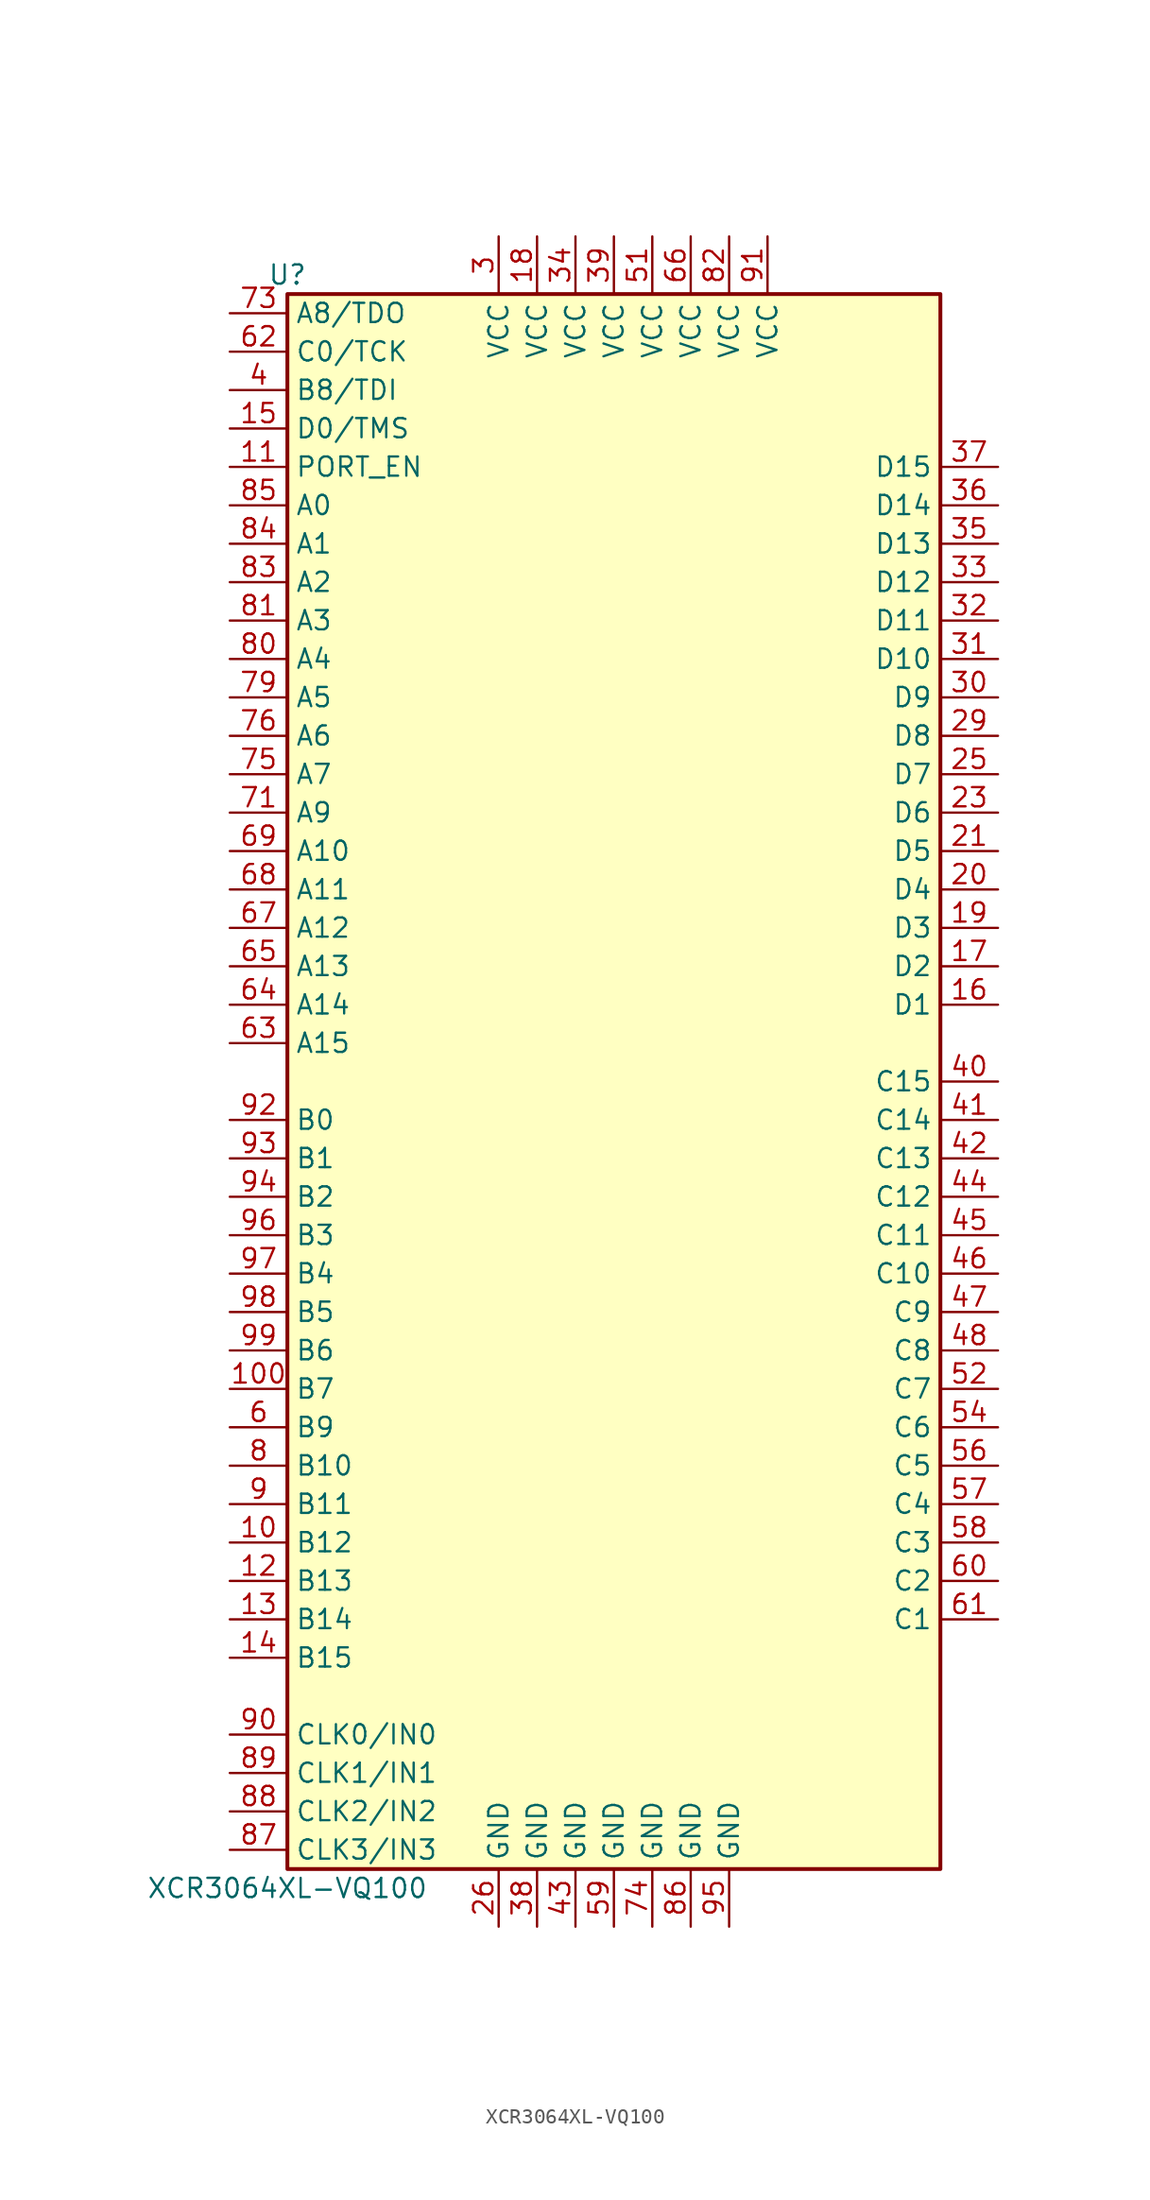
<source format=kicad_sym>
(kicad_symbol_lib
  (version 20201005)
  (generator kicad_symbol_editor)
  (symbol "XCR3064XL-VQ100"
    (property "Reference" "U"
      (at -21.59 53.34 0)
      (effects (font (size 1.27 1.27))))
    (property "Value" "XCR3064XL-VQ100"
      (at -21.59 -53.34 0)
      (effects (font (size 1.27 1.27))))
    (symbol "XCR3064XL-VQ100_1_1"
      (rectangle (start -21.59 52.07) (end 21.59 -52.07) (stroke (width 0.254)) (fill (type background)))
      (pin passive line (at -25.4 -30.48 0) (length 3.81) (name "B12" (effects (font (size 1.27 1.27)))) (number "10" (effects (font (size 1.27 1.27)))))
      (pin passive line (at -25.4 -20.32 0) (length 3.81) (name "B7" (effects (font (size 1.27 1.27)))) (number "100" (effects (font (size 1.27 1.27)))))
      (pin passive line (at -25.4 40.64 0) (length 3.81) (name "PORT_EN" (effects (font (size 1.27 1.27)))) (number "11" (effects (font (size 1.27 1.27)))))
      (pin passive line (at -25.4 -33.02 0) (length 3.81) (name "B13" (effects (font (size 1.27 1.27)))) (number "12" (effects (font (size 1.27 1.27)))))
      (pin passive line (at -25.4 -35.56 0) (length 3.81) (name "B14" (effects (font (size 1.27 1.27)))) (number "13" (effects (font (size 1.27 1.27)))))
      (pin passive line (at -25.4 -38.1 0) (length 3.81) (name "B15" (effects (font (size 1.27 1.27)))) (number "14" (effects (font (size 1.27 1.27)))))
      (pin passive line (at -25.4 43.18 0) (length 3.81) (name "D0/TMS" (effects (font (size 1.27 1.27)))) (number "15" (effects (font (size 1.27 1.27)))))
      (pin passive line (at 25.4 5.08 180) (length 3.81) (name "D1" (effects (font (size 1.27 1.27)))) (number "16" (effects (font (size 1.27 1.27)))))
      (pin passive line (at 25.4 7.62 180) (length 3.81) (name "D2" (effects (font (size 1.27 1.27)))) (number "17" (effects (font (size 1.27 1.27)))))
      (pin power_in line (at -5.08 55.88 270) (length 3.81) (name "VCC" (effects (font (size 1.27 1.27)))) (number "18" (effects (font (size 1.27 1.27)))))
      (pin passive line (at 25.4 10.16 180) (length 3.81) (name "D3" (effects (font (size 1.27 1.27)))) (number "19" (effects (font (size 1.27 1.27)))))
      (pin passive line (at 25.4 12.7 180) (length 3.81) (name "D4" (effects (font (size 1.27 1.27)))) (number "20" (effects (font (size 1.27 1.27)))))
      (pin passive line (at 25.4 15.24 180) (length 3.81) (name "D5" (effects (font (size 1.27 1.27)))) (number "21" (effects (font (size 1.27 1.27)))))
      (pin passive line (at 25.4 17.78 180) (length 3.81) (name "D6" (effects (font (size 1.27 1.27)))) (number "23" (effects (font (size 1.27 1.27)))))
      (pin passive line (at 25.4 20.32 180) (length 3.81) (name "D7" (effects (font (size 1.27 1.27)))) (number "25" (effects (font (size 1.27 1.27)))))
      (pin power_in line (at -7.62 -55.88 90) (length 3.81) (name "GND" (effects (font (size 1.27 1.27)))) (number "26" (effects (font (size 1.27 1.27)))))
      (pin passive line (at 25.4 22.86 180) (length 3.81) (name "D8" (effects (font (size 1.27 1.27)))) (number "29" (effects (font (size 1.27 1.27)))))
      (pin power_in line (at -7.62 55.88 270) (length 3.81) (name "VCC" (effects (font (size 1.27 1.27)))) (number "3" (effects (font (size 1.27 1.27)))))
      (pin passive line (at 25.4 25.4 180) (length 3.81) (name "D9" (effects (font (size 1.27 1.27)))) (number "30" (effects (font (size 1.27 1.27)))))
      (pin passive line (at 25.4 27.94 180) (length 3.81) (name "D10" (effects (font (size 1.27 1.27)))) (number "31" (effects (font (size 1.27 1.27)))))
      (pin passive line (at 25.4 30.48 180) (length 3.81) (name "D11" (effects (font (size 1.27 1.27)))) (number "32" (effects (font (size 1.27 1.27)))))
      (pin passive line (at 25.4 33.02 180) (length 3.81) (name "D12" (effects (font (size 1.27 1.27)))) (number "33" (effects (font (size 1.27 1.27)))))
      (pin power_in line (at -2.54 55.88 270) (length 3.81) (name "VCC" (effects (font (size 1.27 1.27)))) (number "34" (effects (font (size 1.27 1.27)))))
      (pin passive line (at 25.4 35.56 180) (length 3.81) (name "D13" (effects (font (size 1.27 1.27)))) (number "35" (effects (font (size 1.27 1.27)))))
      (pin passive line (at 25.4 38.1 180) (length 3.81) (name "D14" (effects (font (size 1.27 1.27)))) (number "36" (effects (font (size 1.27 1.27)))))
      (pin passive line (at 25.4 40.64 180) (length 3.81) (name "D15" (effects (font (size 1.27 1.27)))) (number "37" (effects (font (size 1.27 1.27)))))
      (pin power_in line (at -5.08 -55.88 90) (length 3.81) (name "GND" (effects (font (size 1.27 1.27)))) (number "38" (effects (font (size 1.27 1.27)))))
      (pin power_in line (at 0 55.88 270) (length 3.81) (name "VCC" (effects (font (size 1.27 1.27)))) (number "39" (effects (font (size 1.27 1.27)))))
      (pin passive line (at -25.4 45.72 0) (length 3.81) (name "B8/TDI" (effects (font (size 1.27 1.27)))) (number "4" (effects (font (size 1.27 1.27)))))
      (pin passive line (at 25.4 0 180) (length 3.81) (name "C15" (effects (font (size 1.27 1.27)))) (number "40" (effects (font (size 1.27 1.27)))))
      (pin passive line (at 25.4 -2.54 180) (length 3.81) (name "C14" (effects (font (size 1.27 1.27)))) (number "41" (effects (font (size 1.27 1.27)))))
      (pin passive line (at 25.4 -5.08 180) (length 3.81) (name "C13" (effects (font (size 1.27 1.27)))) (number "42" (effects (font (size 1.27 1.27)))))
      (pin power_in line (at -2.54 -55.88 90) (length 3.81) (name "GND" (effects (font (size 1.27 1.27)))) (number "43" (effects (font (size 1.27 1.27)))))
      (pin passive line (at 25.4 -7.62 180) (length 3.81) (name "C12" (effects (font (size 1.27 1.27)))) (number "44" (effects (font (size 1.27 1.27)))))
      (pin passive line (at 25.4 -10.16 180) (length 3.81) (name "C11" (effects (font (size 1.27 1.27)))) (number "45" (effects (font (size 1.27 1.27)))))
      (pin passive line (at 25.4 -12.7 180) (length 3.81) (name "C10" (effects (font (size 1.27 1.27)))) (number "46" (effects (font (size 1.27 1.27)))))
      (pin passive line (at 25.4 -15.24 180) (length 3.81) (name "C9" (effects (font (size 1.27 1.27)))) (number "47" (effects (font (size 1.27 1.27)))))
      (pin passive line (at 25.4 -17.78 180) (length 3.81) (name "C8" (effects (font (size 1.27 1.27)))) (number "48" (effects (font (size 1.27 1.27)))))
      (pin power_in line (at 2.54 55.88 270) (length 3.81) (name "VCC" (effects (font (size 1.27 1.27)))) (number "51" (effects (font (size 1.27 1.27)))))
      (pin passive line (at 25.4 -20.32 180) (length 3.81) (name "C7" (effects (font (size 1.27 1.27)))) (number "52" (effects (font (size 1.27 1.27)))))
      (pin passive line (at 25.4 -22.86 180) (length 3.81) (name "C6" (effects (font (size 1.27 1.27)))) (number "54" (effects (font (size 1.27 1.27)))))
      (pin passive line (at 25.4 -25.4 180) (length 3.81) (name "C5" (effects (font (size 1.27 1.27)))) (number "56" (effects (font (size 1.27 1.27)))))
      (pin passive line (at 25.4 -27.94 180) (length 3.81) (name "C4" (effects (font (size 1.27 1.27)))) (number "57" (effects (font (size 1.27 1.27)))))
      (pin passive line (at 25.4 -30.48 180) (length 3.81) (name "C3" (effects (font (size 1.27 1.27)))) (number "58" (effects (font (size 1.27 1.27)))))
      (pin power_in line (at 0 -55.88 90) (length 3.81) (name "GND" (effects (font (size 1.27 1.27)))) (number "59" (effects (font (size 1.27 1.27)))))
      (pin passive line (at -25.4 -22.86 0) (length 3.81) (name "B9" (effects (font (size 1.27 1.27)))) (number "6" (effects (font (size 1.27 1.27)))))
      (pin passive line (at 25.4 -33.02 180) (length 3.81) (name "C2" (effects (font (size 1.27 1.27)))) (number "60" (effects (font (size 1.27 1.27)))))
      (pin passive line (at 25.4 -35.56 180) (length 3.81) (name "C1" (effects (font (size 1.27 1.27)))) (number "61" (effects (font (size 1.27 1.27)))))
      (pin passive line (at -25.4 48.26 0) (length 3.81) (name "C0/TCK" (effects (font (size 1.27 1.27)))) (number "62" (effects (font (size 1.27 1.27)))))
      (pin passive line (at -25.4 2.54 0) (length 3.81) (name "A15" (effects (font (size 1.27 1.27)))) (number "63" (effects (font (size 1.27 1.27)))))
      (pin passive line (at -25.4 5.08 0) (length 3.81) (name "A14" (effects (font (size 1.27 1.27)))) (number "64" (effects (font (size 1.27 1.27)))))
      (pin passive line (at -25.4 7.62 0) (length 3.81) (name "A13" (effects (font (size 1.27 1.27)))) (number "65" (effects (font (size 1.27 1.27)))))
      (pin power_in line (at 5.08 55.88 270) (length 3.81) (name "VCC" (effects (font (size 1.27 1.27)))) (number "66" (effects (font (size 1.27 1.27)))))
      (pin passive line (at -25.4 10.16 0) (length 3.81) (name "A12" (effects (font (size 1.27 1.27)))) (number "67" (effects (font (size 1.27 1.27)))))
      (pin passive line (at -25.4 12.7 0) (length 3.81) (name "A11" (effects (font (size 1.27 1.27)))) (number "68" (effects (font (size 1.27 1.27)))))
      (pin passive line (at -25.4 15.24 0) (length 3.81) (name "A10" (effects (font (size 1.27 1.27)))) (number "69" (effects (font (size 1.27 1.27)))))
      (pin passive line (at -25.4 17.78 0) (length 3.81) (name "A9" (effects (font (size 1.27 1.27)))) (number "71" (effects (font (size 1.27 1.27)))))
      (pin passive line (at -25.4 50.8 0) (length 3.81) (name "A8/TDO" (effects (font (size 1.27 1.27)))) (number "73" (effects (font (size 1.27 1.27)))))
      (pin power_in line (at 2.54 -55.88 90) (length 3.81) (name "GND" (effects (font (size 1.27 1.27)))) (number "74" (effects (font (size 1.27 1.27)))))
      (pin passive line (at -25.4 20.32 0) (length 3.81) (name "A7" (effects (font (size 1.27 1.27)))) (number "75" (effects (font (size 1.27 1.27)))))
      (pin passive line (at -25.4 22.86 0) (length 3.81) (name "A6" (effects (font (size 1.27 1.27)))) (number "76" (effects (font (size 1.27 1.27)))))
      (pin passive line (at -25.4 25.4 0) (length 3.81) (name "A5" (effects (font (size 1.27 1.27)))) (number "79" (effects (font (size 1.27 1.27)))))
      (pin passive line (at -25.4 -25.4 0) (length 3.81) (name "B10" (effects (font (size 1.27 1.27)))) (number "8" (effects (font (size 1.27 1.27)))))
      (pin passive line (at -25.4 27.94 0) (length 3.81) (name "A4" (effects (font (size 1.27 1.27)))) (number "80" (effects (font (size 1.27 1.27)))))
      (pin passive line (at -25.4 30.48 0) (length 3.81) (name "A3" (effects (font (size 1.27 1.27)))) (number "81" (effects (font (size 1.27 1.27)))))
      (pin power_in line (at 7.62 55.88 270) (length 3.81) (name "VCC" (effects (font (size 1.27 1.27)))) (number "82" (effects (font (size 1.27 1.27)))))
      (pin passive line (at -25.4 33.02 0) (length 3.81) (name "A2" (effects (font (size 1.27 1.27)))) (number "83" (effects (font (size 1.27 1.27)))))
      (pin passive line (at -25.4 35.56 0) (length 3.81) (name "A1" (effects (font (size 1.27 1.27)))) (number "84" (effects (font (size 1.27 1.27)))))
      (pin passive line (at -25.4 38.1 0) (length 3.81) (name "A0" (effects (font (size 1.27 1.27)))) (number "85" (effects (font (size 1.27 1.27)))))
      (pin power_in line (at 5.08 -55.88 90) (length 3.81) (name "GND" (effects (font (size 1.27 1.27)))) (number "86" (effects (font (size 1.27 1.27)))))
      (pin input line (at -25.4 -50.8 0) (length 3.81) (name "CLK3/IN3" (effects (font (size 1.27 1.27)))) (number "87" (effects (font (size 1.27 1.27)))))
      (pin input line (at -25.4 -48.26 0) (length 3.81) (name "CLK2/IN2" (effects (font (size 1.27 1.27)))) (number "88" (effects (font (size 1.27 1.27)))))
      (pin input line (at -25.4 -45.72 0) (length 3.81) (name "CLK1/IN1" (effects (font (size 1.27 1.27)))) (number "89" (effects (font (size 1.27 1.27)))))
      (pin passive line (at -25.4 -27.94 0) (length 3.81) (name "B11" (effects (font (size 1.27 1.27)))) (number "9" (effects (font (size 1.27 1.27)))))
      (pin input line (at -25.4 -43.18 0) (length 3.81) (name "CLK0/IN0" (effects (font (size 1.27 1.27)))) (number "90" (effects (font (size 1.27 1.27)))))
      (pin power_in line (at 10.16 55.88 270) (length 3.81) (name "VCC" (effects (font (size 1.27 1.27)))) (number "91" (effects (font (size 1.27 1.27)))))
      (pin passive line (at -25.4 -2.54 0) (length 3.81) (name "B0" (effects (font (size 1.27 1.27)))) (number "92" (effects (font (size 1.27 1.27)))))
      (pin passive line (at -25.4 -5.08 0) (length 3.81) (name "B1" (effects (font (size 1.27 1.27)))) (number "93" (effects (font (size 1.27 1.27)))))
      (pin passive line (at -25.4 -7.62 0) (length 3.81) (name "B2" (effects (font (size 1.27 1.27)))) (number "94" (effects (font (size 1.27 1.27)))))
      (pin power_in line (at 7.62 -55.88 90) (length 3.81) (name "GND" (effects (font (size 1.27 1.27)))) (number "95" (effects (font (size 1.27 1.27)))))
      (pin passive line (at -25.4 -10.16 0) (length 3.81) (name "B3" (effects (font (size 1.27 1.27)))) (number "96" (effects (font (size 1.27 1.27)))))
      (pin passive line (at -25.4 -12.7 0) (length 3.81) (name "B4" (effects (font (size 1.27 1.27)))) (number "97" (effects (font (size 1.27 1.27)))))
      (pin passive line (at -25.4 -15.24 0) (length 3.81) (name "B5" (effects (font (size 1.27 1.27)))) (number "98" (effects (font (size 1.27 1.27)))))
      (pin passive line (at -25.4 -17.78 0) (length 3.81) (name "B6" (effects (font (size 1.27 1.27)))) (number "99" (effects (font (size 1.27 1.27))))))))
</source>
